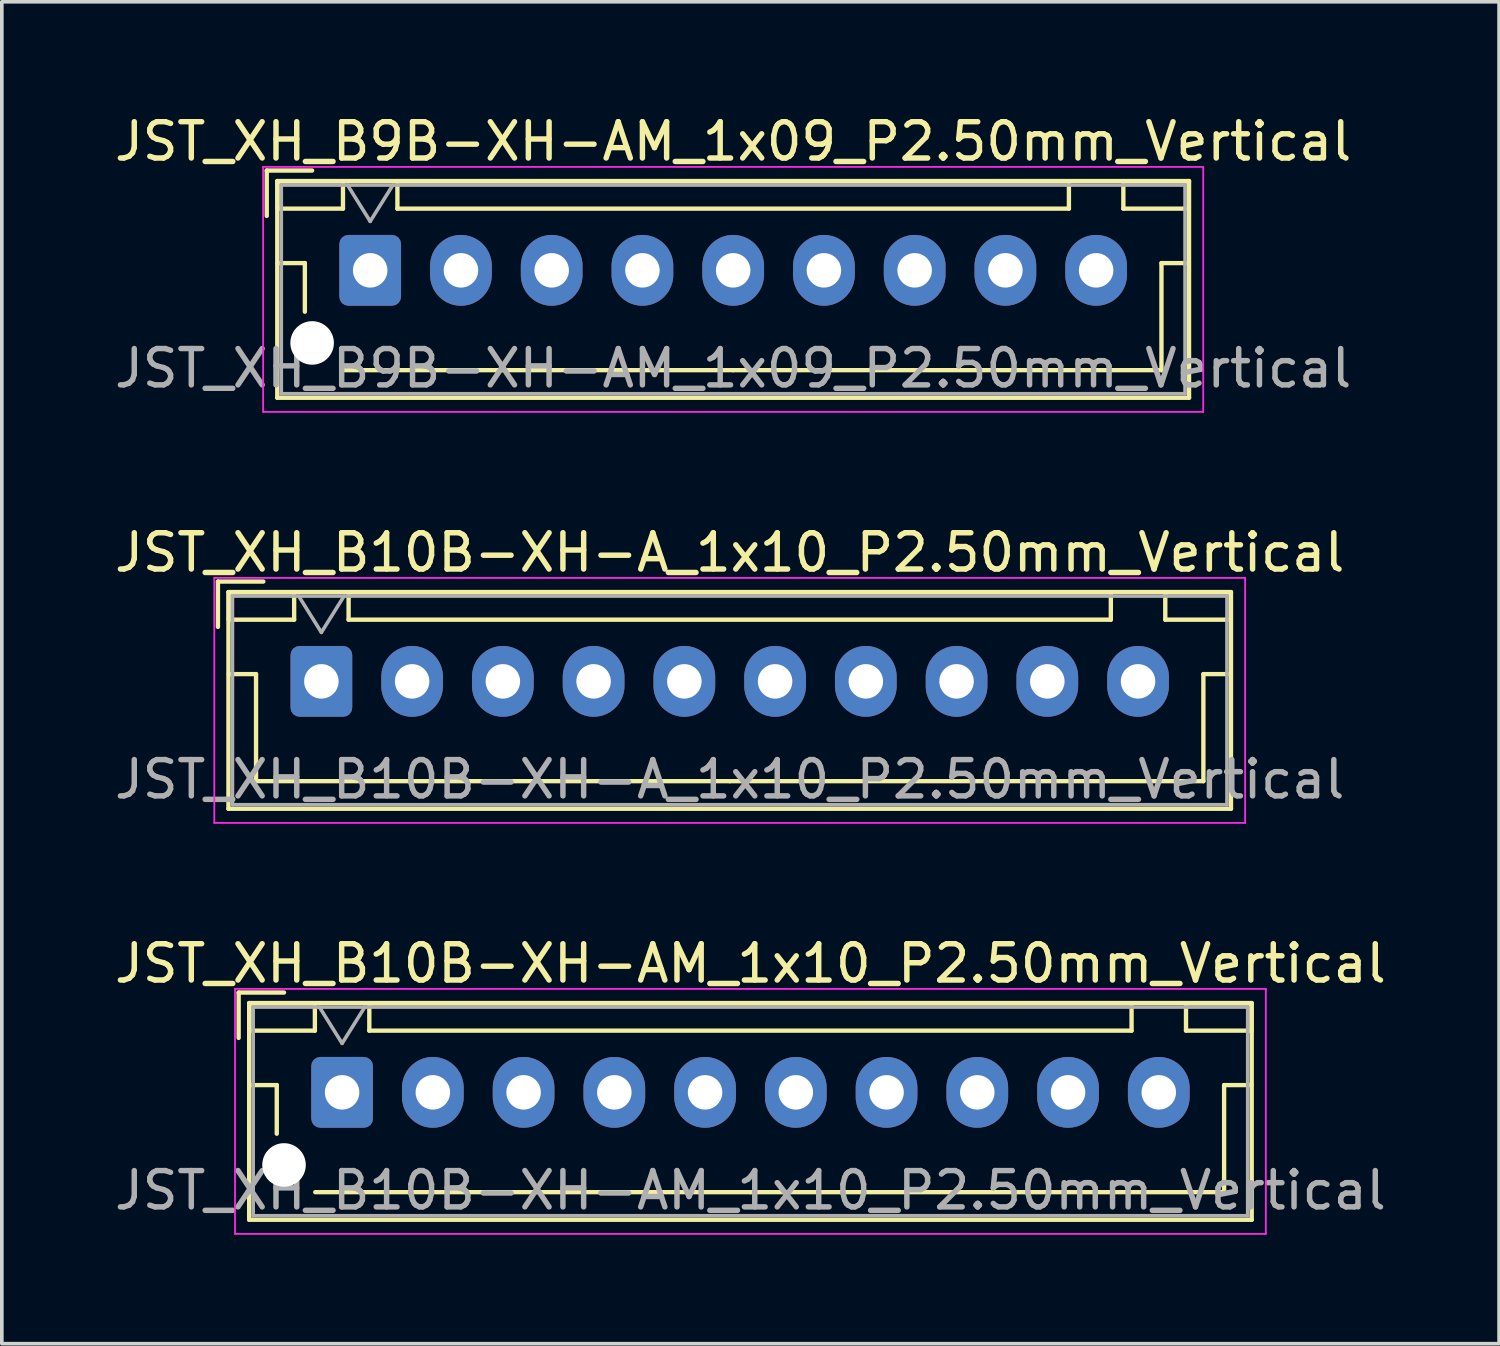
<source format=kicad_pcb>
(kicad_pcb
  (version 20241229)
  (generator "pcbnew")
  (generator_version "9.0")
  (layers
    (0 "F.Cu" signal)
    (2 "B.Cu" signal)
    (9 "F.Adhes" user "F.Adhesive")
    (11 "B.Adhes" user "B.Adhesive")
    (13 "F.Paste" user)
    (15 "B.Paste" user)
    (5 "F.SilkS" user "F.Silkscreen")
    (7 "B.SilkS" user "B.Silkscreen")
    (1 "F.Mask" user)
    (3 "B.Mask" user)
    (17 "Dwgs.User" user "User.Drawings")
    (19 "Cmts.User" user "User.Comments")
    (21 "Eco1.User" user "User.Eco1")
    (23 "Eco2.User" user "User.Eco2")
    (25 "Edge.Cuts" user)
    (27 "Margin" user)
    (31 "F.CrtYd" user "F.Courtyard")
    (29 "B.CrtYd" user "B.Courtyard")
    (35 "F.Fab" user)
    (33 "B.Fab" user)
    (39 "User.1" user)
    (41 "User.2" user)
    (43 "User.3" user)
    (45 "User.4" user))
  (footprint "JST_XH_B9B-XH-AM_1x09_P2.50mm_Vertical"
    (layer "F.Cu")
    (at 7.149 4.398)
    (property "Reference" "JST_XH_B9B-XH-AM_1x09_P2.50mm_Vertical" (at 10 -3.55 0) (layer "F.SilkS") (effects (font (size 1 1) (thickness 0.15))))
    (attr through_hole)
    (fp_line (start -2.85 -2.75) (end -2.85 -1.5) (stroke (width 0.12) (type solid)) (layer "F.SilkS"))
    (fp_line (start -2.56 -2.46) (end -2.56 3.51) (stroke (width 0.12) (type solid)) (layer "F.SilkS"))
    (fp_line (start -2.56 3.51) (end 22.56 3.51) (stroke (width 0.12) (type solid)) (layer "F.SilkS"))
    (fp_line (start -2.55 -2.45) (end -2.55 -1.7) (stroke (width 0.12) (type solid)) (layer "F.SilkS"))
    (fp_line (start -2.55 -1.7) (end -0.75 -1.7) (stroke (width 0.12) (type solid)) (layer "F.SilkS"))
    (fp_line (start -2.55 -0.2) (end -1.8 -0.2) (stroke (width 0.12) (type solid)) (layer "F.SilkS"))
    (fp_line (start -1.8 -0.2) (end -1.8 1.14) (stroke (width 0.12) (type solid)) (layer "F.SilkS"))
    (fp_line (start -1.6 -2.75) (end -2.85 -2.75) (stroke (width 0.12) (type solid)) (layer "F.SilkS"))
    (fp_line (start -0.75 -2.45) (end -2.55 -2.45) (stroke (width 0.12) (type solid)) (layer "F.SilkS"))
    (fp_line (start -0.75 -1.7) (end -0.75 -2.45) (stroke (width 0.12) (type solid)) (layer "F.SilkS"))
    (fp_line (start 0.75 -2.45) (end 0.75 -1.7) (stroke (width 0.12) (type solid)) (layer "F.SilkS"))
    (fp_line (start 0.75 -1.7) (end 19.25 -1.7) (stroke (width 0.12) (type solid)) (layer "F.SilkS"))
    (fp_line (start 10 2.75) (end -0.74 2.75) (stroke (width 0.12) (type solid)) (layer "F.SilkS"))
    (fp_line (start 19.25 -2.45) (end 0.75 -2.45) (stroke (width 0.12) (type solid)) (layer "F.SilkS"))
    (fp_line (start 19.25 -1.7) (end 19.25 -2.45) (stroke (width 0.12) (type solid)) (layer "F.SilkS"))
    (fp_line (start 20.75 -2.45) (end 20.75 -1.7) (stroke (width 0.12) (type solid)) (layer "F.SilkS"))
    (fp_line (start 20.75 -1.7) (end 22.55 -1.7) (stroke (width 0.12) (type solid)) (layer "F.SilkS"))
    (fp_line (start 21.8 -0.2) (end 21.8 2.75) (stroke (width 0.12) (type solid)) (layer "F.SilkS"))
    (fp_line (start 21.8 2.75) (end 10 2.75) (stroke (width 0.12) (type solid)) (layer "F.SilkS"))
    (fp_line (start 22.55 -2.45) (end 20.75 -2.45) (stroke (width 0.12) (type solid)) (layer "F.SilkS"))
    (fp_line (start 22.55 -1.7) (end 22.55 -2.45) (stroke (width 0.12) (type solid)) (layer "F.SilkS"))
    (fp_line (start 22.55 -0.2) (end 21.8 -0.2) (stroke (width 0.12) (type solid)) (layer "F.SilkS"))
    (fp_line (start 22.56 -2.46) (end -2.56 -2.46) (stroke (width 0.12) (type solid)) (layer "F.SilkS"))
    (fp_line (start 22.56 3.51) (end 22.56 -2.46) (stroke (width 0.12) (type solid)) (layer "F.SilkS"))
    (fp_line (start -2.95 -2.85) (end -2.95 3.9) (stroke (width 0.05) (type solid)) (layer "F.CrtYd"))
    (fp_line (start -2.95 3.9) (end 22.95 3.9) (stroke (width 0.05) (type solid)) (layer "F.CrtYd"))
    (fp_line (start 22.95 -2.85) (end -2.95 -2.85) (stroke (width 0.05) (type solid)) (layer "F.CrtYd"))
    (fp_line (start 22.95 3.9) (end 22.95 -2.85) (stroke (width 0.05) (type solid)) (layer "F.CrtYd"))
    (fp_line (start -2.45 -2.35) (end -2.45 3.4) (stroke (width 0.1) (type solid)) (layer "F.Fab"))
    (fp_line (start -2.45 3.4) (end 22.45 3.4) (stroke (width 0.1) (type solid)) (layer "F.Fab"))
    (fp_line (start -0.625 -2.35) (end 0 -1.35) (stroke (width 0.1) (type solid)) (layer "F.Fab"))
    (fp_line (start 0 -1.35) (end 0.625 -2.35) (stroke (width 0.1) (type solid)) (layer "F.Fab"))
    (fp_line (start 22.45 -2.35) (end -2.45 -2.35) (stroke (width 0.1) (type solid)) (layer "F.Fab"))
    (fp_line (start 22.45 3.4) (end 22.45 -2.35) (stroke (width 0.1) (type solid)) (layer "F.Fab"))
    (fp_text user "${REFERENCE}" (at 10 2.7 0) (layer "F.Fab") (effects (font (size 1 1) (thickness 0.15))))
    (pad "" np_thru_hole circle (at -1.6 2) (size 1.2 1.2) (drill 1.2) (layers "*.Cu" "*.Mask"))
    (pad "1" thru_hole roundrect (at 0 0) (size 1.7 1.95) (drill 0.95) (layers "*.Cu" "*.Mask") (roundrect_rratio 0.147))
    (pad "2" thru_hole oval (at 2.5 0) (size 1.7 1.95) (drill 0.95) (layers "*.Cu" "*.Mask"))
    (pad "3" thru_hole oval (at 5 0) (size 1.7 1.95) (drill 0.95) (layers "*.Cu" "*.Mask"))
    (pad "4" thru_hole oval (at 7.5 0) (size 1.7 1.95) (drill 0.95) (layers "*.Cu" "*.Mask"))
    (pad "5" thru_hole oval (at 10 0) (size 1.7 1.95) (drill 0.95) (layers "*.Cu" "*.Mask"))
    (pad "6" thru_hole oval (at 12.5 0) (size 1.7 1.95) (drill 0.95) (layers "*.Cu" "*.Mask"))
    (pad "7" thru_hole oval (at 15 0) (size 1.7 1.95) (drill 0.95) (layers "*.Cu" "*.Mask"))
    (pad "8" thru_hole oval (at 17.5 0) (size 1.7 1.95) (drill 0.95) (layers "*.Cu" "*.Mask"))
    (pad "9" thru_hole oval (at 20 0) (size 1.7 1.95) (drill 0.95) (layers "*.Cu" "*.Mask")))
  (footprint "JST_XH_B10B-XH-AM_1x10_P2.50mm_Vertical"
    (layer "F.Cu")
    (at 6.375 27.045)
    (property "Reference" "JST_XH_B10B-XH-AM_1x10_P2.50mm_Vertical" (at 11.25 -3.55 0) (layer "F.SilkS") (effects (font (size 1 1) (thickness 0.15))))
    (attr through_hole)
    (fp_line (start -2.85 -2.75) (end -2.85 -1.5) (stroke (width 0.12) (type solid)) (layer "F.SilkS"))
    (fp_line (start -2.56 -2.46) (end -2.56 3.51) (stroke (width 0.12) (type solid)) (layer "F.SilkS"))
    (fp_line (start -2.56 3.51) (end 25.06 3.51) (stroke (width 0.12) (type solid)) (layer "F.SilkS"))
    (fp_line (start -2.55 -2.45) (end -2.55 -1.7) (stroke (width 0.12) (type solid)) (layer "F.SilkS"))
    (fp_line (start -2.55 -1.7) (end -0.75 -1.7) (stroke (width 0.12) (type solid)) (layer "F.SilkS"))
    (fp_line (start -2.55 -0.2) (end -1.8 -0.2) (stroke (width 0.12) (type solid)) (layer "F.SilkS"))
    (fp_line (start -1.8 -0.2) (end -1.8 1.14) (stroke (width 0.12) (type solid)) (layer "F.SilkS"))
    (fp_line (start -1.6 -2.75) (end -2.85 -2.75) (stroke (width 0.12) (type solid)) (layer "F.SilkS"))
    (fp_line (start -0.75 -2.45) (end -2.55 -2.45) (stroke (width 0.12) (type solid)) (layer "F.SilkS"))
    (fp_line (start -0.75 -1.7) (end -0.75 -2.45) (stroke (width 0.12) (type solid)) (layer "F.SilkS"))
    (fp_line (start 0.75 -2.45) (end 0.75 -1.7) (stroke (width 0.12) (type solid)) (layer "F.SilkS"))
    (fp_line (start 0.75 -1.7) (end 21.75 -1.7) (stroke (width 0.12) (type solid)) (layer "F.SilkS"))
    (fp_line (start 11.25 2.75) (end -0.74 2.75) (stroke (width 0.12) (type solid)) (layer "F.SilkS"))
    (fp_line (start 21.75 -2.45) (end 0.75 -2.45) (stroke (width 0.12) (type solid)) (layer "F.SilkS"))
    (fp_line (start 21.75 -1.7) (end 21.75 -2.45) (stroke (width 0.12) (type solid)) (layer "F.SilkS"))
    (fp_line (start 23.25 -2.45) (end 23.25 -1.7) (stroke (width 0.12) (type solid)) (layer "F.SilkS"))
    (fp_line (start 23.25 -1.7) (end 25.05 -1.7) (stroke (width 0.12) (type solid)) (layer "F.SilkS"))
    (fp_line (start 24.3 -0.2) (end 24.3 2.75) (stroke (width 0.12) (type solid)) (layer "F.SilkS"))
    (fp_line (start 24.3 2.75) (end 11.25 2.75) (stroke (width 0.12) (type solid)) (layer "F.SilkS"))
    (fp_line (start 25.05 -2.45) (end 23.25 -2.45) (stroke (width 0.12) (type solid)) (layer "F.SilkS"))
    (fp_line (start 25.05 -1.7) (end 25.05 -2.45) (stroke (width 0.12) (type solid)) (layer "F.SilkS"))
    (fp_line (start 25.05 -0.2) (end 24.3 -0.2) (stroke (width 0.12) (type solid)) (layer "F.SilkS"))
    (fp_line (start 25.06 -2.46) (end -2.56 -2.46) (stroke (width 0.12) (type solid)) (layer "F.SilkS"))
    (fp_line (start 25.06 3.51) (end 25.06 -2.46) (stroke (width 0.12) (type solid)) (layer "F.SilkS"))
    (fp_line (start -2.95 -2.85) (end -2.95 3.9) (stroke (width 0.05) (type solid)) (layer "F.CrtYd"))
    (fp_line (start -2.95 3.9) (end 25.45 3.9) (stroke (width 0.05) (type solid)) (layer "F.CrtYd"))
    (fp_line (start 25.45 -2.85) (end -2.95 -2.85) (stroke (width 0.05) (type solid)) (layer "F.CrtYd"))
    (fp_line (start 25.45 3.9) (end 25.45 -2.85) (stroke (width 0.05) (type solid)) (layer "F.CrtYd"))
    (fp_line (start -2.45 -2.35) (end -2.45 3.4) (stroke (width 0.1) (type solid)) (layer "F.Fab"))
    (fp_line (start -2.45 3.4) (end 24.95 3.4) (stroke (width 0.1) (type solid)) (layer "F.Fab"))
    (fp_line (start -0.625 -2.35) (end 0 -1.35) (stroke (width 0.1) (type solid)) (layer "F.Fab"))
    (fp_line (start 0 -1.35) (end 0.625 -2.35) (stroke (width 0.1) (type solid)) (layer "F.Fab"))
    (fp_line (start 24.95 -2.35) (end -2.45 -2.35) (stroke (width 0.1) (type solid)) (layer "F.Fab"))
    (fp_line (start 24.95 3.4) (end 24.95 -2.35) (stroke (width 0.1) (type solid)) (layer "F.Fab"))
    (fp_text user "${REFERENCE}" (at 11.25 2.7 0) (layer "F.Fab") (effects (font (size 1 1) (thickness 0.15))))
    (pad "" np_thru_hole circle (at -1.6 2) (size 1.2 1.2) (drill 1.2) (layers "*.Cu" "*.Mask"))
    (pad "1" thru_hole roundrect (at 0 0) (size 1.7 1.95) (drill 0.95) (layers "*.Cu" "*.Mask") (roundrect_rratio 0.147))
    (pad "2" thru_hole oval (at 2.5 0) (size 1.7 1.95) (drill 0.95) (layers "*.Cu" "*.Mask"))
    (pad "3" thru_hole oval (at 5 0) (size 1.7 1.95) (drill 0.95) (layers "*.Cu" "*.Mask"))
    (pad "4" thru_hole oval (at 7.5 0) (size 1.7 1.95) (drill 0.95) (layers "*.Cu" "*.Mask"))
    (pad "5" thru_hole oval (at 10 0) (size 1.7 1.95) (drill 0.95) (layers "*.Cu" "*.Mask"))
    (pad "6" thru_hole oval (at 12.5 0) (size 1.7 1.95) (drill 0.95) (layers "*.Cu" "*.Mask"))
    (pad "7" thru_hole oval (at 15 0) (size 1.7 1.95) (drill 0.95) (layers "*.Cu" "*.Mask"))
    (pad "8" thru_hole oval (at 17.5 0) (size 1.7 1.95) (drill 0.95) (layers "*.Cu" "*.Mask"))
    (pad "9" thru_hole oval (at 20 0) (size 1.7 1.95) (drill 0.95) (layers "*.Cu" "*.Mask"))
    (pad "10" thru_hole oval (at 22.5 0) (size 1.7 1.95) (drill 0.95) (layers "*.Cu" "*.Mask")))
  (footprint "JST_XH_B10B-XH-A_1x10_P2.50mm_Vertical"
    (layer "F.Cu")
    (at 5.804 15.722)
    (property "Reference" "JST_XH_B10B-XH-A_1x10_P2.50mm_Vertical" (at 11.25 -3.55 0) (layer "F.SilkS") (effects (font (size 1 1) (thickness 0.15))))
    (attr through_hole)
    (fp_line (start -2.85 -2.75) (end -2.85 -1.5) (stroke (width 0.12) (type solid)) (layer "F.SilkS"))
    (fp_line (start -2.56 -2.46) (end -2.56 3.51) (stroke (width 0.12) (type solid)) (layer "F.SilkS"))
    (fp_line (start -2.56 3.51) (end 25.06 3.51) (stroke (width 0.12) (type solid)) (layer "F.SilkS"))
    (fp_line (start -2.55 -2.45) (end -2.55 -1.7) (stroke (width 0.12) (type solid)) (layer "F.SilkS"))
    (fp_line (start -2.55 -1.7) (end -0.75 -1.7) (stroke (width 0.12) (type solid)) (layer "F.SilkS"))
    (fp_line (start -2.55 -0.2) (end -1.8 -0.2) (stroke (width 0.12) (type solid)) (layer "F.SilkS"))
    (fp_line (start -1.8 -0.2) (end -1.8 2.75) (stroke (width 0.12) (type solid)) (layer "F.SilkS"))
    (fp_line (start -1.8 2.75) (end 11.25 2.75) (stroke (width 0.12) (type solid)) (layer "F.SilkS"))
    (fp_line (start -1.6 -2.75) (end -2.85 -2.75) (stroke (width 0.12) (type solid)) (layer "F.SilkS"))
    (fp_line (start -0.75 -2.45) (end -2.55 -2.45) (stroke (width 0.12) (type solid)) (layer "F.SilkS"))
    (fp_line (start -0.75 -1.7) (end -0.75 -2.45) (stroke (width 0.12) (type solid)) (layer "F.SilkS"))
    (fp_line (start 0.75 -2.45) (end 0.75 -1.7) (stroke (width 0.12) (type solid)) (layer "F.SilkS"))
    (fp_line (start 0.75 -1.7) (end 21.75 -1.7) (stroke (width 0.12) (type solid)) (layer "F.SilkS"))
    (fp_line (start 21.75 -2.45) (end 0.75 -2.45) (stroke (width 0.12) (type solid)) (layer "F.SilkS"))
    (fp_line (start 21.75 -1.7) (end 21.75 -2.45) (stroke (width 0.12) (type solid)) (layer "F.SilkS"))
    (fp_line (start 23.25 -2.45) (end 23.25 -1.7) (stroke (width 0.12) (type solid)) (layer "F.SilkS"))
    (fp_line (start 23.25 -1.7) (end 25.05 -1.7) (stroke (width 0.12) (type solid)) (layer "F.SilkS"))
    (fp_line (start 24.3 -0.2) (end 24.3 2.75) (stroke (width 0.12) (type solid)) (layer "F.SilkS"))
    (fp_line (start 24.3 2.75) (end 11.25 2.75) (stroke (width 0.12) (type solid)) (layer "F.SilkS"))
    (fp_line (start 25.05 -2.45) (end 23.25 -2.45) (stroke (width 0.12) (type solid)) (layer "F.SilkS"))
    (fp_line (start 25.05 -1.7) (end 25.05 -2.45) (stroke (width 0.12) (type solid)) (layer "F.SilkS"))
    (fp_line (start 25.05 -0.2) (end 24.3 -0.2) (stroke (width 0.12) (type solid)) (layer "F.SilkS"))
    (fp_line (start 25.06 -2.46) (end -2.56 -2.46) (stroke (width 0.12) (type solid)) (layer "F.SilkS"))
    (fp_line (start 25.06 3.51) (end 25.06 -2.46) (stroke (width 0.12) (type solid)) (layer "F.SilkS"))
    (fp_line (start -2.95 -2.85) (end -2.95 3.9) (stroke (width 0.05) (type solid)) (layer "F.CrtYd"))
    (fp_line (start -2.95 3.9) (end 25.45 3.9) (stroke (width 0.05) (type solid)) (layer "F.CrtYd"))
    (fp_line (start 25.45 -2.85) (end -2.95 -2.85) (stroke (width 0.05) (type solid)) (layer "F.CrtYd"))
    (fp_line (start 25.45 3.9) (end 25.45 -2.85) (stroke (width 0.05) (type solid)) (layer "F.CrtYd"))
    (fp_line (start -2.45 -2.35) (end -2.45 3.4) (stroke (width 0.1) (type solid)) (layer "F.Fab"))
    (fp_line (start -2.45 3.4) (end 24.95 3.4) (stroke (width 0.1) (type solid)) (layer "F.Fab"))
    (fp_line (start -0.625 -2.35) (end 0 -1.35) (stroke (width 0.1) (type solid)) (layer "F.Fab"))
    (fp_line (start 0 -1.35) (end 0.625 -2.35) (stroke (width 0.1) (type solid)) (layer "F.Fab"))
    (fp_line (start 24.95 -2.35) (end -2.45 -2.35) (stroke (width 0.1) (type solid)) (layer "F.Fab"))
    (fp_line (start 24.95 3.4) (end 24.95 -2.35) (stroke (width 0.1) (type solid)) (layer "F.Fab"))
    (fp_text user "${REFERENCE}" (at 11.25 2.7 0) (layer "F.Fab") (effects (font (size 1 1) (thickness 0.15))))
    (pad "1" thru_hole roundrect (at 0 0) (size 1.7 1.95) (drill 0.95) (layers "*.Cu" "*.Mask") (roundrect_rratio 0.147))
    (pad "2" thru_hole oval (at 2.5 0) (size 1.7 1.95) (drill 0.95) (layers "*.Cu" "*.Mask"))
    (pad "3" thru_hole oval (at 5 0) (size 1.7 1.95) (drill 0.95) (layers "*.Cu" "*.Mask"))
    (pad "4" thru_hole oval (at 7.5 0) (size 1.7 1.95) (drill 0.95) (layers "*.Cu" "*.Mask"))
    (pad "5" thru_hole oval (at 10 0) (size 1.7 1.95) (drill 0.95) (layers "*.Cu" "*.Mask"))
    (pad "6" thru_hole oval (at 12.5 0) (size 1.7 1.95) (drill 0.95) (layers "*.Cu" "*.Mask"))
    (pad "7" thru_hole oval (at 15 0) (size 1.7 1.95) (drill 0.95) (layers "*.Cu" "*.Mask"))
    (pad "8" thru_hole oval (at 17.5 0) (size 1.7 1.95) (drill 0.95) (layers "*.Cu" "*.Mask"))
    (pad "9" thru_hole oval (at 20 0) (size 1.7 1.95) (drill 0.95) (layers "*.Cu" "*.Mask"))
    (pad "10" thru_hole oval (at 22.5 0) (size 1.7 1.95) (drill 0.95) (layers "*.Cu" "*.Mask")))
  (gr_rect
    (start -3 -3)
    (end 38.25 33.97)
    (stroke (width 0.1) (type default))
    (fill no)
    (layer "Edge.Cuts")))
</source>
